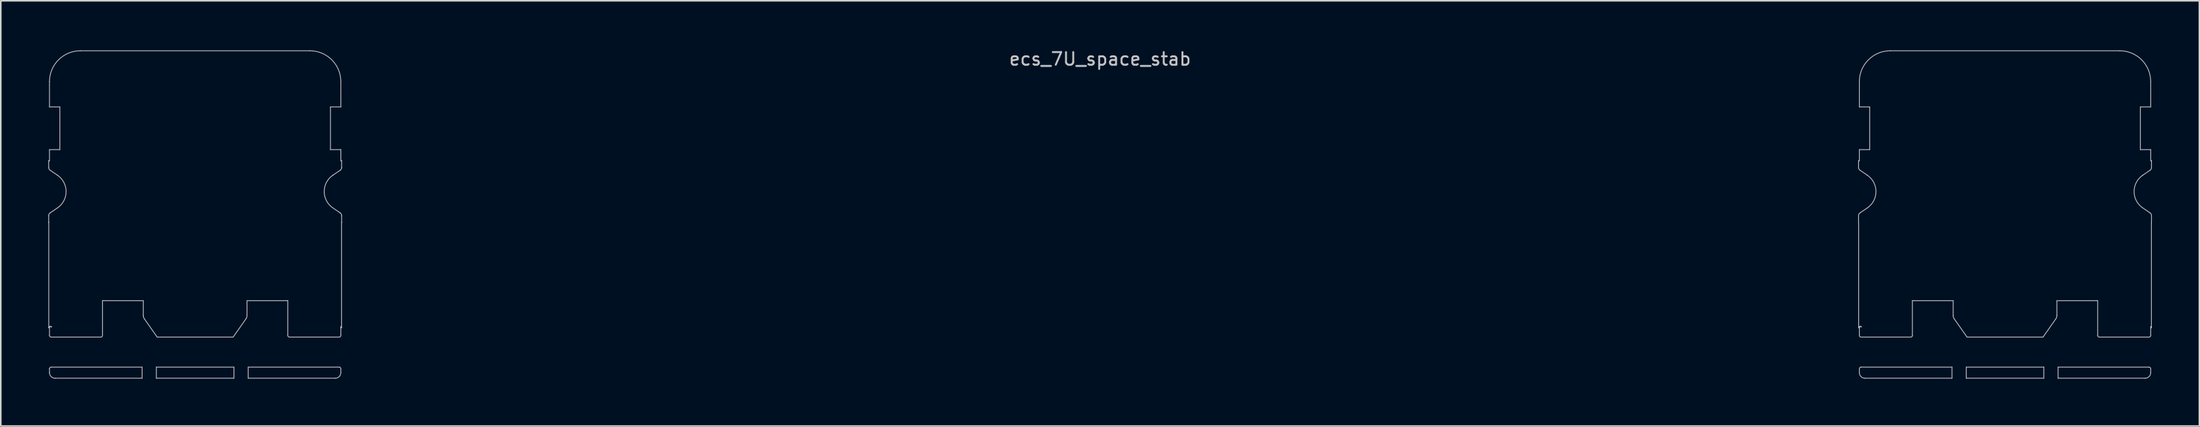
<source format=kicad_pcb>
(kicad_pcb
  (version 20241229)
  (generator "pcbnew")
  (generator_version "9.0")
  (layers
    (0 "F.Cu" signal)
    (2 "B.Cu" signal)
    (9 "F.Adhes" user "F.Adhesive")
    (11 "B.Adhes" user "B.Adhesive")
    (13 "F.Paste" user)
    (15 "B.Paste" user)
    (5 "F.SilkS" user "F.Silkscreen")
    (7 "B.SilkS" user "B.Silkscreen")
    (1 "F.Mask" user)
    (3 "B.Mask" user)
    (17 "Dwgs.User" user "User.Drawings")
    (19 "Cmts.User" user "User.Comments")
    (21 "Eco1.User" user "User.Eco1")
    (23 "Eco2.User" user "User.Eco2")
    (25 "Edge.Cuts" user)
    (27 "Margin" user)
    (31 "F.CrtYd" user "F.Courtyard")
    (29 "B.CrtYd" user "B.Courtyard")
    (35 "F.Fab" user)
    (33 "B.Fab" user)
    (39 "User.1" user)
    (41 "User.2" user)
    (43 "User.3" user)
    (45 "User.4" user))
  (footprint "ecs_7U_space_stab"
    (layer "F.Cu")
    (at 66.425 9.061)
    (property "Reference" "ecs_7U_space_stab" (at 0 -8.382 0) (layer "Dwgs.User") (effects (font (size 0.8 0.8) (thickness 0.12))))
    (attr smd)
    (fp_line (start -66.4 -1.95) (end -66.35 -1.95) (stroke (width 0.05) (type solid)) (layer "Dwgs.User"))
    (fp_line (start -66.4 -1.516) (end -66.4 -1.95) (stroke (width 0.05) (type solid)) (layer "Dwgs.User"))
    (fp_line (start -66.4 1.95) (end -66.4 1.516) (stroke (width 0.05) (type solid)) (layer "Dwgs.User"))
    (fp_line (start -66.394 1.95) (end -66.4 1.95) (stroke (width 0.05) (type solid)) (layer "Dwgs.User"))
    (fp_line (start -66.394 8.616) (end -66.394 1.95) (stroke (width 0.05) (type solid)) (layer "Dwgs.User"))
    (fp_line (start -66.35 -5.35) (end -66.35 -6.95) (stroke (width 0.05) (type solid)) (layer "Dwgs.User"))
    (fp_line (start -66.35 -2.65) (end -65.695 -2.65) (stroke (width 0.05) (type solid)) (layer "Dwgs.User"))
    (fp_line (start -66.35 -1.95) (end -66.35 -2.65) (stroke (width 0.05) (type solid)) (layer "Dwgs.User"))
    (fp_line (start -66.35 8.55) (end -66.219 8.55) (stroke (width 0.05) (type solid)) (layer "Dwgs.User"))
    (fp_line (start -66.35 9.1) (end -66.35 8.55) (stroke (width 0.05) (type solid)) (layer "Dwgs.User"))
    (fp_line (start -66.35 11.45) (end -66.35 11.2) (stroke (width 0.05) (type solid)) (layer "Dwgs.User"))
    (fp_line (start -66.313 1.351) (end -65.846 1.033) (stroke (width 0.05) (type solid)) (layer "Dwgs.User"))
    (fp_line (start -66.25 11.1) (end -60.5 11.1) (stroke (width 0.05) (type solid)) (layer "Dwgs.User"))
    (fp_line (start -65.846 -1.033) (end -66.313 -1.351) (stroke (width 0.05) (type solid)) (layer "Dwgs.User"))
    (fp_line (start -65.695 -5.35) (end -66.35 -5.35) (stroke (width 0.05) (type solid)) (layer "Dwgs.User"))
    (fp_line (start -65.695 -2.65) (end -65.695 -5.35) (stroke (width 0.05) (type solid)) (layer "Dwgs.User"))
    (fp_line (start -64.4 -8.9) (end -49.9 -8.9) (stroke (width 0.05) (type solid)) (layer "Dwgs.User"))
    (fp_line (start -63.1 9.2) (end -66.25 9.2) (stroke (width 0.05) (type solid)) (layer "Dwgs.User"))
    (fp_line (start -63 6.895) (end -63 9.1) (stroke (width 0.05) (type solid)) (layer "Dwgs.User"))
    (fp_line (start -60.5 11.1) (end -60.5 11.8) (stroke (width 0.05) (type solid)) (layer "Dwgs.User"))
    (fp_line (start -60.5 11.8) (end -66 11.8) (stroke (width 0.05) (type solid)) (layer "Dwgs.User"))
    (fp_line (start -60.425 6.9) (end -62.9 6.9) (stroke (width 0.05) (type solid)) (layer "Dwgs.User"))
    (fp_line (start -60.425 7.84) (end -60.425 6.9) (stroke (width 0.05) (type solid)) (layer "Dwgs.User"))
    (fp_line (start -59.6 11.1) (end -54.7 11.1) (stroke (width 0.05) (type solid)) (layer "Dwgs.User"))
    (fp_line (start -59.6 11.8) (end -59.6 11.1) (stroke (width 0.05) (type solid)) (layer "Dwgs.User"))
    (fp_line (start -59.55 9.2) (end -60.362 8.041) (stroke (width 0.05) (type solid)) (layer "Dwgs.User"))
    (fp_line (start -54.75 9.2) (end -59.55 9.2) (stroke (width 0.05) (type solid)) (layer "Dwgs.User"))
    (fp_line (start -54.7 11.1) (end -54.7 11.8) (stroke (width 0.05) (type solid)) (layer "Dwgs.User"))
    (fp_line (start -54.7 11.8) (end -59.6 11.8) (stroke (width 0.05) (type solid)) (layer "Dwgs.User"))
    (fp_line (start -53.938 8.041) (end -54.75 9.2) (stroke (width 0.05) (type solid)) (layer "Dwgs.User"))
    (fp_line (start -53.875 6.9) (end -53.875 7.84) (stroke (width 0.05) (type solid)) (layer "Dwgs.User"))
    (fp_line (start -53.8 11.1) (end -48.05 11.1) (stroke (width 0.05) (type solid)) (layer "Dwgs.User"))
    (fp_line (start -53.8 11.8) (end -53.8 11.1) (stroke (width 0.05) (type solid)) (layer "Dwgs.User"))
    (fp_line (start -51.4 6.9) (end -53.875 6.9) (stroke (width 0.05) (type solid)) (layer "Dwgs.User"))
    (fp_line (start -51.3 9.1) (end -51.3 6.895) (stroke (width 0.05) (type solid)) (layer "Dwgs.User"))
    (fp_line (start -48.605 -5.35) (end -48.605 -2.65) (stroke (width 0.05) (type solid)) (layer "Dwgs.User"))
    (fp_line (start -48.605 -2.65) (end -47.95 -2.65) (stroke (width 0.05) (type solid)) (layer "Dwgs.User"))
    (fp_line (start -48.454 1.033) (end -47.987 1.351) (stroke (width 0.05) (type solid)) (layer "Dwgs.User"))
    (fp_line (start -48.3 11.8) (end -53.8 11.8) (stroke (width 0.05) (type solid)) (layer "Dwgs.User"))
    (fp_line (start -48.05 9.2) (end -51.2 9.2) (stroke (width 0.05) (type solid)) (layer "Dwgs.User"))
    (fp_line (start -47.987 -1.351) (end -48.454 -1.033) (stroke (width 0.05) (type solid)) (layer "Dwgs.User"))
    (fp_line (start -47.95 8.534) (end -47.95 9.1) (stroke (width 0.05) (type solid)) (layer "Dwgs.User"))
    (fp_line (start -47.95 -6.95) (end -47.95 -5.35) (stroke (width 0.05) (type solid)) (layer "Dwgs.User"))
    (fp_line (start -47.95 -5.35) (end -48.605 -5.35) (stroke (width 0.05) (type solid)) (layer "Dwgs.User"))
    (fp_line (start -47.95 -2.65) (end -47.95 -1.95) (stroke (width 0.05) (type solid)) (layer "Dwgs.User"))
    (fp_line (start -47.95 -1.95) (end -47.9 -1.95) (stroke (width 0.05) (type solid)) (layer "Dwgs.User"))
    (fp_line (start -47.95 11.2) (end -47.95 11.45) (stroke (width 0.05) (type solid)) (layer "Dwgs.User"))
    (fp_line (start -47.906 1.95) (end -47.906 8.616) (stroke (width 0.05) (type solid)) (layer "Dwgs.User"))
    (fp_line (start -47.9 -1.95) (end -47.9 -1.516) (stroke (width 0.05) (type solid)) (layer "Dwgs.User"))
    (fp_line (start -47.9 1.516) (end -47.9 1.95) (stroke (width 0.05) (type solid)) (layer "Dwgs.User"))
    (fp_line (start -47.9 1.95) (end -47.906 1.95) (stroke (width 0.05) (type solid)) (layer "Dwgs.User"))
    (fp_line (start 47.9 -1.95) (end 47.95 -1.95) (stroke (width 0.05) (type solid)) (layer "Dwgs.User"))
    (fp_line (start 47.9 -1.516) (end 47.9 -1.95) (stroke (width 0.05) (type solid)) (layer "Dwgs.User"))
    (fp_line (start 47.9 1.95) (end 47.9 1.516) (stroke (width 0.05) (type solid)) (layer "Dwgs.User"))
    (fp_line (start 47.906 1.95) (end 47.9 1.95) (stroke (width 0.05) (type solid)) (layer "Dwgs.User"))
    (fp_line (start 47.906 8.616) (end 47.906 1.95) (stroke (width 0.05) (type solid)) (layer "Dwgs.User"))
    (fp_line (start 47.95 -5.35) (end 47.95 -6.95) (stroke (width 0.05) (type solid)) (layer "Dwgs.User"))
    (fp_line (start 47.95 -2.65) (end 48.605 -2.65) (stroke (width 0.05) (type solid)) (layer "Dwgs.User"))
    (fp_line (start 47.95 -1.95) (end 47.95 -2.65) (stroke (width 0.05) (type solid)) (layer "Dwgs.User"))
    (fp_line (start 47.95 8.55) (end 48.081 8.55) (stroke (width 0.05) (type solid)) (layer "Dwgs.User"))
    (fp_line (start 47.95 9.1) (end 47.95 8.55) (stroke (width 0.05) (type solid)) (layer "Dwgs.User"))
    (fp_line (start 47.95 11.45) (end 47.95 11.2) (stroke (width 0.05) (type solid)) (layer "Dwgs.User"))
    (fp_line (start 47.987 1.351) (end 48.454 1.033) (stroke (width 0.05) (type solid)) (layer "Dwgs.User"))
    (fp_line (start 48.05 11.1) (end 53.8 11.1) (stroke (width 0.05) (type solid)) (layer "Dwgs.User"))
    (fp_line (start 48.454 -1.033) (end 47.987 -1.351) (stroke (width 0.05) (type solid)) (layer "Dwgs.User"))
    (fp_line (start 48.605 -5.35) (end 47.95 -5.35) (stroke (width 0.05) (type solid)) (layer "Dwgs.User"))
    (fp_line (start 48.605 -2.65) (end 48.605 -5.35) (stroke (width 0.05) (type solid)) (layer "Dwgs.User"))
    (fp_line (start 49.9 -8.9) (end 64.4 -8.9) (stroke (width 0.05) (type solid)) (layer "Dwgs.User"))
    (fp_line (start 51.2 9.2) (end 48.05 9.2) (stroke (width 0.05) (type solid)) (layer "Dwgs.User"))
    (fp_line (start 51.3 6.895) (end 51.3 9.1) (stroke (width 0.05) (type solid)) (layer "Dwgs.User"))
    (fp_line (start 53.8 11.1) (end 53.8 11.8) (stroke (width 0.05) (type solid)) (layer "Dwgs.User"))
    (fp_line (start 53.8 11.8) (end 48.3 11.8) (stroke (width 0.05) (type solid)) (layer "Dwgs.User"))
    (fp_line (start 53.875 6.9) (end 51.4 6.9) (stroke (width 0.05) (type solid)) (layer "Dwgs.User"))
    (fp_line (start 53.875 7.84) (end 53.875 6.9) (stroke (width 0.05) (type solid)) (layer "Dwgs.User"))
    (fp_line (start 54.7 11.1) (end 59.6 11.1) (stroke (width 0.05) (type solid)) (layer "Dwgs.User"))
    (fp_line (start 54.7 11.8) (end 54.7 11.1) (stroke (width 0.05) (type solid)) (layer "Dwgs.User"))
    (fp_line (start 54.75 9.2) (end 53.938 8.041) (stroke (width 0.05) (type solid)) (layer "Dwgs.User"))
    (fp_line (start 59.55 9.2) (end 54.75 9.2) (stroke (width 0.05) (type solid)) (layer "Dwgs.User"))
    (fp_line (start 59.6 11.1) (end 59.6 11.8) (stroke (width 0.05) (type solid)) (layer "Dwgs.User"))
    (fp_line (start 59.6 11.8) (end 54.7 11.8) (stroke (width 0.05) (type solid)) (layer "Dwgs.User"))
    (fp_line (start 60.362 8.041) (end 59.55 9.2) (stroke (width 0.05) (type solid)) (layer "Dwgs.User"))
    (fp_line (start 60.425 6.9) (end 60.425 7.84) (stroke (width 0.05) (type solid)) (layer "Dwgs.User"))
    (fp_line (start 60.5 11.1) (end 66.25 11.1) (stroke (width 0.05) (type solid)) (layer "Dwgs.User"))
    (fp_line (start 60.5 11.8) (end 60.5 11.1) (stroke (width 0.05) (type solid)) (layer "Dwgs.User"))
    (fp_line (start 62.9 6.9) (end 60.425 6.9) (stroke (width 0.05) (type solid)) (layer "Dwgs.User"))
    (fp_line (start 63 9.1) (end 63 6.895) (stroke (width 0.05) (type solid)) (layer "Dwgs.User"))
    (fp_line (start 65.695 -5.35) (end 65.695 -2.65) (stroke (width 0.05) (type solid)) (layer "Dwgs.User"))
    (fp_line (start 65.695 -2.65) (end 66.35 -2.65) (stroke (width 0.05) (type solid)) (layer "Dwgs.User"))
    (fp_line (start 65.846 1.033) (end 66.313 1.351) (stroke (width 0.05) (type solid)) (layer "Dwgs.User"))
    (fp_line (start 66 11.8) (end 60.5 11.8) (stroke (width 0.05) (type solid)) (layer "Dwgs.User"))
    (fp_line (start 66.25 9.2) (end 63.1 9.2) (stroke (width 0.05) (type solid)) (layer "Dwgs.User"))
    (fp_line (start 66.313 -1.351) (end 65.846 -1.033) (stroke (width 0.05) (type solid)) (layer "Dwgs.User"))
    (fp_line (start 66.35 8.534) (end 66.35 9.1) (stroke (width 0.05) (type solid)) (layer "Dwgs.User"))
    (fp_line (start 66.35 -6.95) (end 66.35 -5.35) (stroke (width 0.05) (type solid)) (layer "Dwgs.User"))
    (fp_line (start 66.35 -5.35) (end 65.695 -5.35) (stroke (width 0.05) (type solid)) (layer "Dwgs.User"))
    (fp_line (start 66.35 -2.65) (end 66.35 -1.95) (stroke (width 0.05) (type solid)) (layer "Dwgs.User"))
    (fp_line (start 66.35 -1.95) (end 66.4 -1.95) (stroke (width 0.05) (type solid)) (layer "Dwgs.User"))
    (fp_line (start 66.35 11.2) (end 66.35 11.45) (stroke (width 0.05) (type solid)) (layer "Dwgs.User"))
    (fp_line (start 66.394 1.95) (end 66.394 8.616) (stroke (width 0.05) (type solid)) (layer "Dwgs.User"))
    (fp_line (start 66.4 -1.95) (end 66.4 -1.516) (stroke (width 0.05) (type solid)) (layer "Dwgs.User"))
    (fp_line (start 66.4 1.516) (end 66.4 1.95) (stroke (width 0.05) (type solid)) (layer "Dwgs.User"))
    (fp_line (start 66.4 1.95) (end 66.394 1.95) (stroke (width 0.05) (type solid)) (layer "Dwgs.User"))
    (fp_arc (start -66.400003 1.516225) (mid -66.376822 1.422766) (end -66.312652 1.350973) (stroke (width 0.05) (type solid)) (layer "Dwgs.User"))
    (fp_arc (start -66.39375 8.616395) (mid -66.32927 8.52292) (end -66.218988 8.55) (stroke (width 0.05) (type solid)) (layer "Dwgs.User"))
    (fp_arc (start -66.35 -6.95) (mid -65.778858 -8.328858) (end -64.4 -8.9) (stroke (width 0.05) (type solid)) (layer "Dwgs.User"))
    (fp_arc (start -66.35 11.199994) (mid -66.320712 11.129286) (end -66.250003 11.1) (stroke (width 0.05) (type solid)) (layer "Dwgs.User"))
    (fp_arc (start -66.312652 -1.350973) (mid -66.376822 -1.422766) (end -66.400003 -1.516225) (stroke (width 0.05) (type solid)) (layer "Dwgs.User"))
    (fp_arc (start -66.250003 9.2) (mid -66.320712 9.170714) (end -66.35 9.100006) (stroke (width 0.05) (type solid)) (layer "Dwgs.User"))
    (fp_arc (start -66.000023 11.8) (mid -66.247497 11.697497) (end -66.35 11.450023) (stroke (width 0.05) (type solid)) (layer "Dwgs.User"))
    (fp_arc (start -65.845979 -1.032887) (mid -65.3 0) (end -65.845979 1.032887) (stroke (width 0.05) (type solid)) (layer "Dwgs.User"))
    (fp_arc (start -63 9.099996) (mid -63.029288 9.170709) (end -63.1 9.2) (stroke (width 0.05) (type solid)) (layer "Dwgs.User"))
    (fp_arc (start -62.9 6.9) (mid -62.950063 6.898746) (end -63 6.894987) (stroke (width 0.05) (type solid)) (layer "Dwgs.User"))
    (fp_arc (start -60.361703 8.040768) (mid -60.408801 7.945263) (end -60.425 7.840016) (stroke (width 0.05) (type solid)) (layer "Dwgs.User"))
    (fp_arc (start -53.875 7.840016) (mid -53.891199 7.945263) (end -53.938297 8.040768) (stroke (width 0.05) (type solid)) (layer "Dwgs.User"))
    (fp_arc (start -51.3 6.894987) (mid -51.349937 6.898746) (end -51.4 6.9) (stroke (width 0.05) (type solid)) (layer "Dwgs.User"))
    (fp_arc (start -51.2 9.2) (mid -51.270712 9.170709) (end -51.3 9.099996) (stroke (width 0.05) (type solid)) (layer "Dwgs.User"))
    (fp_arc (start -49.9 -8.9) (mid -48.521142 -8.328858) (end -47.95 -6.95) (stroke (width 0.05) (type solid)) (layer "Dwgs.User"))
    (fp_arc (start -48.454021 1.032887) (mid -49 0) (end -48.454021 -1.032887) (stroke (width 0.05) (type solid)) (layer "Dwgs.User"))
    (fp_arc (start -48.049997 11.1) (mid -47.979288 11.129286) (end -47.95 11.199994) (stroke (width 0.05) (type solid)) (layer "Dwgs.User"))
    (fp_arc (start -47.987348 1.350973) (mid -47.923178 1.422766) (end -47.899997 1.516225) (stroke (width 0.05) (type solid)) (layer "Dwgs.User"))
    (fp_arc (start -47.950001 8.533718) (mid -47.917862 8.569625) (end -47.90625 8.616395) (stroke (width 0.05) (type solid)) (layer "Dwgs.User"))
    (fp_arc (start -47.95 9.100006) (mid -47.979288 9.170714) (end -48.049997 9.2) (stroke (width 0.05) (type solid)) (layer "Dwgs.User"))
    (fp_arc (start -47.95 11.450023) (mid -48.052503 11.697497) (end -48.299977 11.8) (stroke (width 0.05) (type solid)) (layer "Dwgs.User"))
    (fp_arc (start -47.899997 -1.516225) (mid -47.923178 -1.422766) (end -47.987348 -1.350973) (stroke (width 0.05) (type solid)) (layer "Dwgs.User"))
    (fp_arc (start 47.899997 1.516225) (mid 47.923168 1.422757) (end 47.987348 1.350973) (stroke (width 0.05) (type solid)) (layer "Dwgs.User"))
    (fp_arc (start 47.90625 8.616395) (mid 47.970717 8.52296) (end 48.081012 8.55) (stroke (width 0.05) (type solid)) (layer "Dwgs.User"))
    (fp_arc (start 47.95 -6.95) (mid 48.521142 -8.328858) (end 49.9 -8.9) (stroke (width 0.05) (type solid)) (layer "Dwgs.User"))
    (fp_arc (start 47.95 11.199994) (mid 47.97929 11.129288) (end 48.049997 11.1) (stroke (width 0.05) (type solid)) (layer "Dwgs.User"))
    (fp_arc (start 47.987348 -1.350973) (mid 47.923192 -1.422769) (end 47.899997 -1.516225) (stroke (width 0.05) (type solid)) (layer "Dwgs.User"))
    (fp_arc (start 48.049997 9.2) (mid 47.97929 9.170712) (end 47.95 9.100006) (stroke (width 0.05) (type solid)) (layer "Dwgs.User"))
    (fp_arc (start 48.299977 11.8) (mid 48.052513 11.697487) (end 47.95 11.450023) (stroke (width 0.05) (type solid)) (layer "Dwgs.User"))
    (fp_arc (start 48.454021 -1.032887) (mid 49 0) (end 48.454021 1.032887) (stroke (width 0.05) (type solid)) (layer "Dwgs.User"))
    (fp_arc (start 51.3 9.099996) (mid 51.270712 9.170709) (end 51.2 9.2) (stroke (width 0.05) (type solid)) (layer "Dwgs.User"))
    (fp_arc (start 51.4 6.9) (mid 51.349937 6.898746) (end 51.3 6.894987) (stroke (width 0.05) (type solid)) (layer "Dwgs.User"))
    (fp_arc (start 53.938297 8.040768) (mid 53.891195 7.945264) (end 53.875 7.840016) (stroke (width 0.05) (type solid)) (layer "Dwgs.User"))
    (fp_arc (start 60.425 7.840016) (mid 60.408797 7.945261) (end 60.361703 8.040768) (stroke (width 0.05) (type solid)) (layer "Dwgs.User"))
    (fp_arc (start 63 6.894987) (mid 62.950063 6.898746) (end 62.9 6.9) (stroke (width 0.05) (type solid)) (layer "Dwgs.User"))
    (fp_arc (start 63.1 9.2) (mid 63.029288 9.170709) (end 63 9.099996) (stroke (width 0.05) (type solid)) (layer "Dwgs.User"))
    (fp_arc (start 64.4 -8.9) (mid 65.778858 -8.328858) (end 66.35 -6.95) (stroke (width 0.05) (type solid)) (layer "Dwgs.User"))
    (fp_arc (start 65.845979 1.032887) (mid 65.3 0) (end 65.845979 -1.032887) (stroke (width 0.05) (type solid)) (layer "Dwgs.User"))
    (fp_arc (start 66.250003 11.1) (mid 66.32071 11.129288) (end 66.35 11.199994) (stroke (width 0.05) (type solid)) (layer "Dwgs.User"))
    (fp_arc (start 66.312652 1.350973) (mid 66.376808 1.422769) (end 66.400003 1.516225) (stroke (width 0.05) (type solid)) (layer "Dwgs.User"))
    (fp_arc (start 66.349999 8.533718) (mid 66.382153 8.56962) (end 66.39375 8.616395) (stroke (width 0.05) (type solid)) (layer "Dwgs.User"))
    (fp_arc (start 66.35 9.100006) (mid 66.32071 9.170712) (end 66.250003 9.2) (stroke (width 0.05) (type solid)) (layer "Dwgs.User"))
    (fp_arc (start 66.35 11.450023) (mid 66.247487 11.697487) (end 66.000023 11.8) (stroke (width 0.05) (type solid)) (layer "Dwgs.User"))
    (fp_arc (start 66.400003 -1.516225) (mid 66.376832 -1.422757) (end 66.312652 -1.350973) (stroke (width 0.05) (type solid)) (layer "Dwgs.User")))
  (gr_rect
    (start -3 -3)
    (end 135.85 23.886)
    (stroke (width 0.1) (type default))
    (fill no)
    (layer "Edge.Cuts")))
</source>
